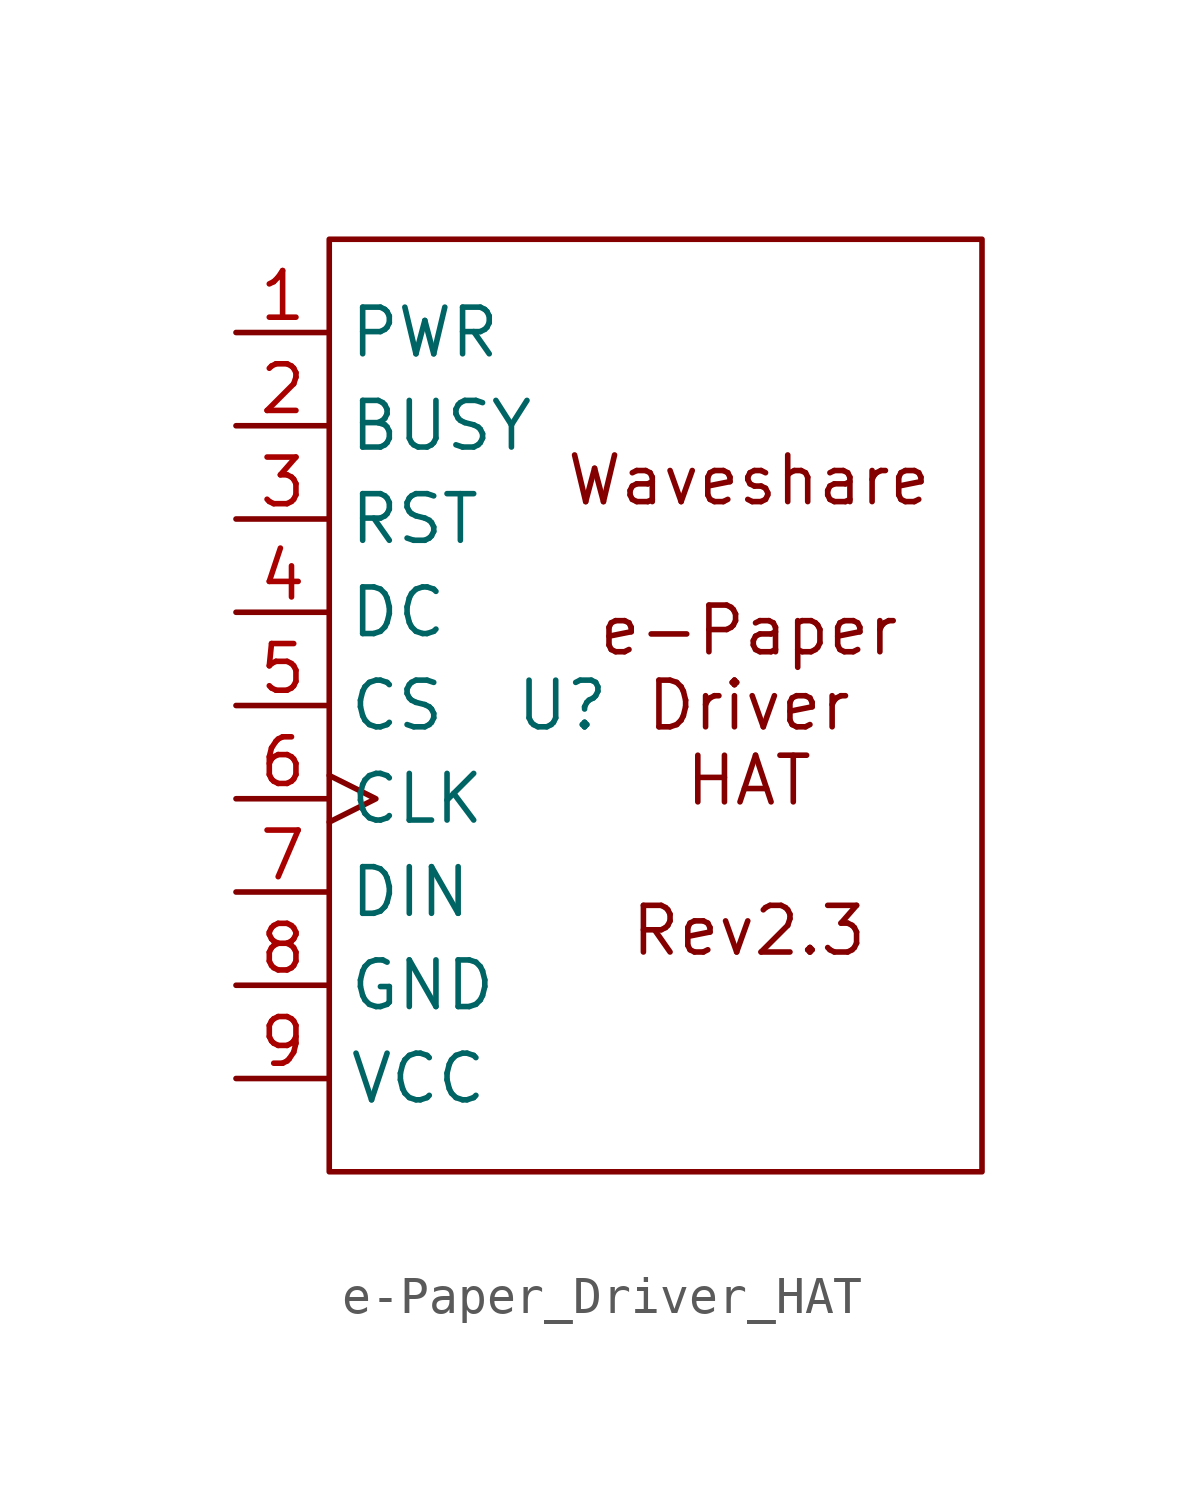
<source format=kicad_sym>
(kicad_symbol_lib
  (version 20220914)
  (generator kicad_symbol_editor)
  (symbol "e-Paper_Driver_HAT"
    (property "Reference" "U"
      (at 0 0 0)
      (effects (font (size 1.27 1.27))))
    (property "Value" ""
      (at 0 0 0)
      (effects (font (size 1.27 1.27))))
    (symbol "e-Paper_Driver_HAT_0_1"
      (rectangle (start -6.35 12.7) (end 11.43 -12.7) (stroke (width 0) (type default)) (fill (type none))))
    (symbol "e-Paper_Driver_HAT_1_1"
      (text "Waveshare\n\ne-Paper\nDriver\nHAT\n\nRev2.3" (at 5.08 0 0) (effects (font (size 1.27 1.27))))
      (pin power_in line (at -8.89 10.16 0) (length 2.54) (name "PWR" (effects (font (size 1.27 1.27)))) (number "1" (effects (font (size 1.27 1.27)))))
      (pin output line (at -8.89 7.62 0) (length 2.54) (name "BUSY" (effects (font (size 1.27 1.27)))) (number "2" (effects (font (size 1.27 1.27)))))
      (pin input line (at -8.89 5.08 0) (length 2.54) (name "RST" (effects (font (size 1.27 1.27)))) (number "3" (effects (font (size 1.27 1.27)))))
      (pin input line (at -8.89 2.54 0) (length 2.54) (name "DC" (effects (font (size 1.27 1.27)))) (number "4" (effects (font (size 1.27 1.27)))))
      (pin input line (at -8.89 0 0) (length 2.54) (name "CS" (effects (font (size 1.27 1.27)))) (number "5" (effects (font (size 1.27 1.27)))))
      (pin input clock (at -8.89 -2.54 0) (length 2.54) (name "CLK" (effects (font (size 1.27 1.27)))) (number "6" (effects (font (size 1.27 1.27)))))
      (pin input line (at -8.89 -5.08 0) (length 2.54) (name "DIN" (effects (font (size 1.27 1.27)))) (number "7" (effects (font (size 1.27 1.27)))))
      (pin power_out line (at -8.89 -7.62 0) (length 2.54) (name "GND" (effects (font (size 1.27 1.27)))) (number "8" (effects (font (size 1.27 1.27)))))
      (pin power_in line (at -8.89 -10.16 0) (length 2.54) (name "VCC" (effects (font (size 1.27 1.27)))) (number "9" (effects (font (size 1.27 1.27))))))))
</source>
